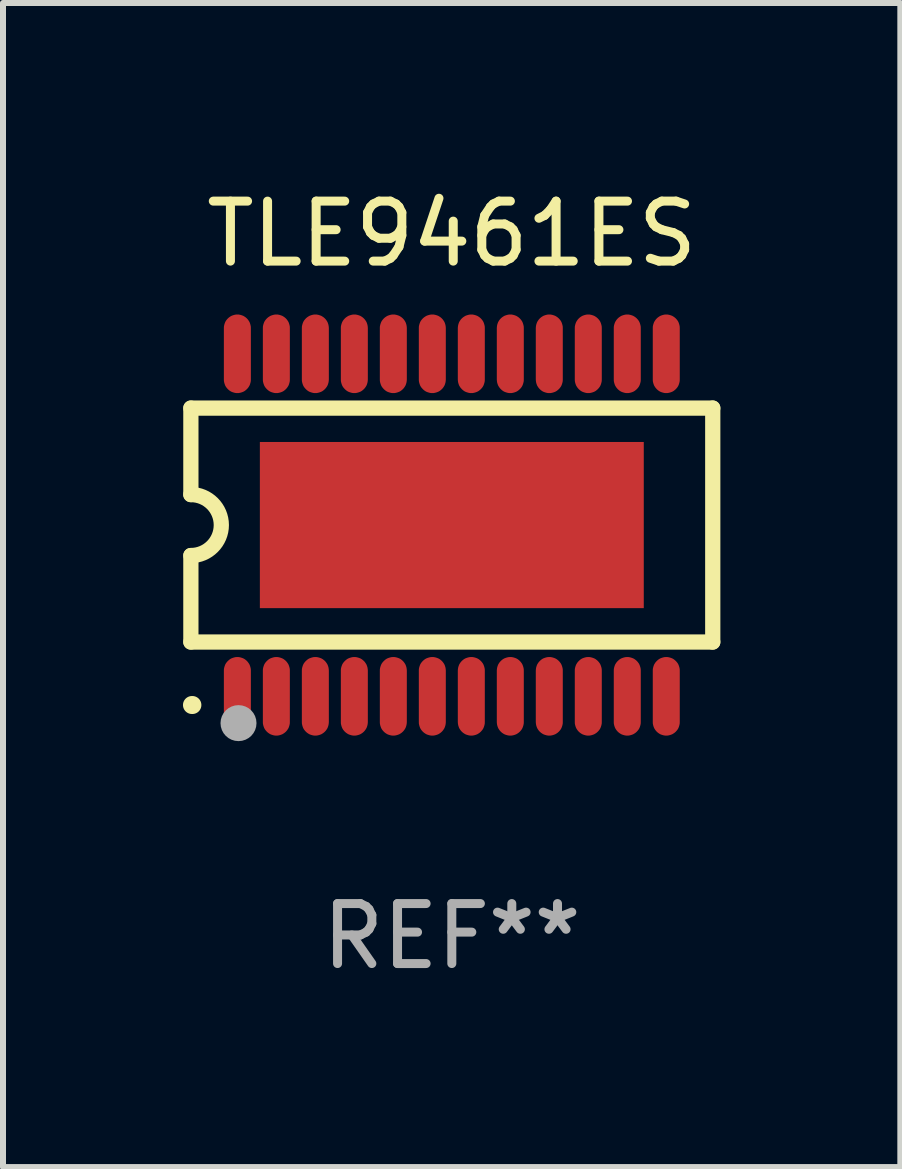
<source format=kicad_pcb>
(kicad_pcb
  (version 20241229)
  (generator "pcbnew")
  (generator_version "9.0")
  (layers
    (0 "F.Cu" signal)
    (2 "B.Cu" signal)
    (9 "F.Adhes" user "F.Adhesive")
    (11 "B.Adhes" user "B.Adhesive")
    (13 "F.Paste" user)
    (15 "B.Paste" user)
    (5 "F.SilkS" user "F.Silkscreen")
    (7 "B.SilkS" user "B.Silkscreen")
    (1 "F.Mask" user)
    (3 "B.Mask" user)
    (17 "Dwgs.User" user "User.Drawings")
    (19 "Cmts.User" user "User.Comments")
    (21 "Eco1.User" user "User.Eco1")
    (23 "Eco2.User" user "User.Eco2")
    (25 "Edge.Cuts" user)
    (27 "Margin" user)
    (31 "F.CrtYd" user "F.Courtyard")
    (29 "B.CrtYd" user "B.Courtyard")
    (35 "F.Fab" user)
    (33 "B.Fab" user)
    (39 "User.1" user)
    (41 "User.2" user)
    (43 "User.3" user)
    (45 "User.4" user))
  (footprint "TLE9461ES"
    (layer "F.Cu")
    (at 4.482 5.703)
    (property "Reference" "TLE9461ES" (at 0 -4.855 0) (layer "F.SilkS") (effects (font (size 1 1) (thickness 0.15))))
    (attr through_hole)
    (fp_line (start -4.35 -1.95) (end -4.35 -0.508) (stroke (width 0.254) (type solid)) (layer "F.SilkS"))
    (fp_line (start -4.35 -1.95) (end 4.35 -1.95) (stroke (width 0.254) (type solid)) (layer "F.SilkS"))
    (fp_line (start -4.35 1.95) (end -4.35 0.508) (stroke (width 0.254) (type solid)) (layer "F.SilkS"))
    (fp_line (start -4.35 1.95) (end 4.35 1.95) (stroke (width 0.254) (type solid)) (layer "F.SilkS"))
    (fp_line (start 4.35 -1.95) (end 4.35 1.95) (stroke (width 0.254) (type solid)) (layer "F.SilkS"))
    (fp_arc (start -4.351028 -0.508) (mid -3.843028 -0.000507) (end -4.350013 0.508001) (stroke (width 0.254001) (type solid)) (layer "F.SilkS"))
    (fp_arc (start -4.331656 2.999858) (mid -4.328332 2.999895) (end -4.325009 3.000005) (stroke (width 0.3) (type solid)) (layer "F.SilkS"))
    (fp_circle (center -4.325 3) (end -4.295 3) (stroke (width 0.06) (type solid)) (fill no) (layer "F.SilkS"))
    (fp_circle (center -3.556 3.302) (end -3.406 3.302) (stroke (width 0.3) (type solid)) (fill no) (layer "F.Fab"))
    (fp_text user "REF**" (at 0 6.855 0) (layer "F.Fab") (effects (font (size 1 1) (thickness 0.15))))
    (pad "1" smd custom (at -3.575 2.855 180) (size 0.45 1.31) (layers "F.Cu" "F.Mask" "F.Paste") (options (anchor circle)) (primitives (gr_poly (pts (xy -0.225 -0.43) (xy -0.224 -0.455) (xy -0.219 -0.48) (xy -0.212 -0.504) (xy -0.203 -0.528) (xy -0.19 -0.55) (xy -0.176 -0.57) (xy -0.159 -0.589) (xy -0.14 -0.606) (xy -0.12 -0.62) (xy -0.098 -0.633) (xy -0.074 -0.642) (xy -0.05 -0.649) (xy -0.025 -0.654) (xy 0.000051 -0.655) (xy 0.025 -0.654) (xy 0.05 -0.649) (xy 0.074 -0.642) (xy 0.098 -0.633) (xy 0.12 -0.62) (xy 0.14 -0.606) (xy 0.159 -0.589) (xy 0.176 -0.57) (xy 0.191 -0.55) (xy 0.203 -0.528) (xy 0.212 -0.504) (xy 0.219 -0.48) (xy 0.224 -0.455) (xy 0.225 -0.43) (xy 0.225 0.43) (xy 0.224 0.455) (xy 0.219 0.48) (xy 0.212 0.504) (xy 0.203 0.528) (xy 0.191 0.55) (xy 0.176 0.57) (xy 0.159 0.589) (xy 0.14 0.606) (xy 0.12 0.621) (xy 0.098 0.633) (xy 0.074 0.642) (xy 0.05 0.649) (xy 0.025 0.654) (xy 0.000051 0.655) (xy -0.025 0.654) (xy -0.05 0.649) (xy -0.074 0.642) (xy -0.098 0.633) (xy -0.12 0.621) (xy -0.14 0.606) (xy -0.159 0.589) (xy -0.176 0.57) (xy -0.19 0.55) (xy -0.203 0.528) (xy -0.212 0.504) (xy -0.219 0.48) (xy -0.224 0.455) (xy -0.225 0.43)) (width 0) (fill yes))))
    (pad "2" smd custom (at -2.925 2.855 180) (size 0.45 1.31) (layers "F.Cu" "F.Mask" "F.Paste") (options (anchor circle)) (primitives (gr_poly (pts (xy -0.225 -0.43) (xy -0.224 -0.455) (xy -0.219 -0.48) (xy -0.212 -0.504) (xy -0.203 -0.528) (xy -0.19 -0.55) (xy -0.176 -0.57) (xy -0.159 -0.589) (xy -0.14 -0.606) (xy -0.12 -0.62) (xy -0.098 -0.633) (xy -0.074 -0.642) (xy -0.05 -0.649) (xy -0.025 -0.654) (xy 0.000076 -0.655) (xy 0.025 -0.654) (xy 0.05 -0.649) (xy 0.074 -0.642) (xy 0.098 -0.633) (xy 0.12 -0.62) (xy 0.14 -0.606) (xy 0.159 -0.589) (xy 0.176 -0.57) (xy 0.191 -0.55) (xy 0.203 -0.528) (xy 0.212 -0.504) (xy 0.219 -0.48) (xy 0.224 -0.455) (xy 0.225 -0.43) (xy 0.225 0.43) (xy 0.224 0.455) (xy 0.219 0.48) (xy 0.212 0.504) (xy 0.203 0.528) (xy 0.191 0.55) (xy 0.176 0.57) (xy 0.159 0.589) (xy 0.14 0.606) (xy 0.12 0.621) (xy 0.098 0.633) (xy 0.074 0.642) (xy 0.05 0.649) (xy 0.025 0.654) (xy 0.000076 0.655) (xy -0.025 0.654) (xy -0.05 0.649) (xy -0.074 0.642) (xy -0.098 0.633) (xy -0.12 0.621) (xy -0.14 0.606) (xy -0.159 0.589) (xy -0.176 0.57) (xy -0.19 0.55) (xy -0.203 0.528) (xy -0.212 0.504) (xy -0.219 0.48) (xy -0.224 0.455) (xy -0.225 0.43)) (width 0) (fill yes))))
    (pad "3" smd custom (at -2.275 2.855 180) (size 0.45 1.31) (layers "F.Cu" "F.Mask" "F.Paste") (options (anchor circle)) (primitives (gr_poly (pts (xy -0.225 -0.43) (xy -0.223 -0.455) (xy -0.219 -0.48) (xy -0.212 -0.504) (xy -0.203 -0.528) (xy -0.19 -0.55) (xy -0.176 -0.57) (xy -0.159 -0.589) (xy -0.14 -0.606) (xy -0.12 -0.62) (xy -0.098 -0.633) (xy -0.074 -0.642) (xy -0.05 -0.649) (xy -0.025 -0.654) (xy 0.000076 -0.655) (xy 0.025 -0.654) (xy 0.05 -0.649) (xy 0.074 -0.642) (xy 0.098 -0.633) (xy 0.12 -0.62) (xy 0.14 -0.606) (xy 0.159 -0.589) (xy 0.176 -0.57) (xy 0.191 -0.55) (xy 0.203 -0.528) (xy 0.212 -0.504) (xy 0.219 -0.48) (xy 0.224 -0.455) (xy 0.225 -0.43) (xy 0.225 0.43) (xy 0.224 0.455) (xy 0.219 0.48) (xy 0.212 0.504) (xy 0.203 0.528) (xy 0.191 0.55) (xy 0.176 0.57) (xy 0.159 0.589) (xy 0.14 0.606) (xy 0.12 0.621) (xy 0.098 0.633) (xy 0.074 0.642) (xy 0.05 0.649) (xy 0.025 0.654) (xy 0.000076 0.655) (xy -0.025 0.654) (xy -0.05 0.649) (xy -0.074 0.642) (xy -0.098 0.633) (xy -0.12 0.621) (xy -0.14 0.606) (xy -0.159 0.589) (xy -0.176 0.57) (xy -0.19 0.55) (xy -0.203 0.528) (xy -0.212 0.504) (xy -0.219 0.48) (xy -0.223 0.455) (xy -0.225 0.43)) (width 0) (fill yes))))
    (pad "4" smd custom (at -1.625 2.855 180) (size 0.45 1.31) (layers "F.Cu" "F.Mask" "F.Paste") (options (anchor circle)) (primitives (gr_poly (pts (xy -0.225 -0.43) (xy -0.223 -0.455) (xy -0.219 -0.48) (xy -0.212 -0.504) (xy -0.203 -0.528) (xy -0.19 -0.55) (xy -0.176 -0.57) (xy -0.159 -0.589) (xy -0.14 -0.606) (xy -0.12 -0.62) (xy -0.098 -0.633) (xy -0.074 -0.642) (xy -0.05 -0.649) (xy -0.025 -0.654) (xy 0.000102 -0.655) (xy 0.025 -0.654) (xy 0.05 -0.649) (xy 0.074 -0.642) (xy 0.098 -0.633) (xy 0.12 -0.62) (xy 0.14 -0.606) (xy 0.159 -0.589) (xy 0.176 -0.57) (xy 0.191 -0.55) (xy 0.203 -0.528) (xy 0.212 -0.504) (xy 0.219 -0.48) (xy 0.224 -0.455) (xy 0.225 -0.43) (xy 0.225 0.43) (xy 0.224 0.455) (xy 0.219 0.48) (xy 0.212 0.504) (xy 0.203 0.528) (xy 0.191 0.55) (xy 0.176 0.57) (xy 0.159 0.589) (xy 0.14 0.606) (xy 0.12 0.621) (xy 0.098 0.633) (xy 0.074 0.642) (xy 0.05 0.649) (xy 0.025 0.654) (xy 0.000102 0.655) (xy -0.025 0.654) (xy -0.05 0.649) (xy -0.074 0.642) (xy -0.098 0.633) (xy -0.12 0.621) (xy -0.14 0.606) (xy -0.159 0.589) (xy -0.176 0.57) (xy -0.19 0.55) (xy -0.203 0.528) (xy -0.212 0.504) (xy -0.219 0.48) (xy -0.223 0.455) (xy -0.225 0.43)) (width 0) (fill yes))))
    (pad "5" smd custom (at -0.975 2.855 180) (size 0.45 1.31) (layers "F.Cu" "F.Mask" "F.Paste") (options (anchor circle)) (primitives (gr_poly (pts (xy -0.225 -0.43) (xy -0.223 -0.455) (xy -0.219 -0.48) (xy -0.212 -0.504) (xy -0.203 -0.528) (xy -0.19 -0.55) (xy -0.176 -0.57) (xy -0.159 -0.589) (xy -0.14 -0.606) (xy -0.12 -0.62) (xy -0.098 -0.633) (xy -0.074 -0.642) (xy -0.05 -0.649) (xy -0.025 -0.654) (xy 0.000102 -0.655) (xy 0.025 -0.654) (xy 0.05 -0.649) (xy 0.074 -0.642) (xy 0.098 -0.633) (xy 0.12 -0.62) (xy 0.14 -0.606) (xy 0.159 -0.589) (xy 0.176 -0.57) (xy 0.191 -0.55) (xy 0.203 -0.528) (xy 0.212 -0.504) (xy 0.219 -0.48) (xy 0.224 -0.455) (xy 0.225 -0.43) (xy 0.225 0.43) (xy 0.224 0.455) (xy 0.219 0.48) (xy 0.212 0.504) (xy 0.203 0.528) (xy 0.191 0.55) (xy 0.176 0.57) (xy 0.159 0.589) (xy 0.14 0.606) (xy 0.12 0.621) (xy 0.098 0.633) (xy 0.074 0.642) (xy 0.05 0.649) (xy 0.025 0.654) (xy 0.000102 0.655) (xy -0.025 0.654) (xy -0.05 0.649) (xy -0.074 0.642) (xy -0.098 0.633) (xy -0.12 0.621) (xy -0.14 0.606) (xy -0.159 0.589) (xy -0.176 0.57) (xy -0.19 0.55) (xy -0.203 0.528) (xy -0.212 0.504) (xy -0.219 0.48) (xy -0.223 0.455) (xy -0.225 0.43)) (width 0) (fill yes))))
    (pad "6" smd custom (at -0.325 2.855 180) (size 0.45 1.31) (layers "F.Cu" "F.Mask" "F.Paste") (options (anchor circle)) (primitives (gr_poly (pts (xy -0.225 -0.43) (xy -0.223 -0.455) (xy -0.219 -0.48) (xy -0.212 -0.504) (xy -0.203 -0.528) (xy -0.19 -0.55) (xy -0.176 -0.57) (xy -0.159 -0.589) (xy -0.14 -0.606) (xy -0.12 -0.62) (xy -0.098 -0.633) (xy -0.074 -0.642) (xy -0.05 -0.649) (xy -0.025 -0.654) (xy 0.000127 -0.655) (xy 0.025 -0.654) (xy 0.05 -0.649) (xy 0.074 -0.642) (xy 0.098 -0.633) (xy 0.12 -0.62) (xy 0.14 -0.606) (xy 0.159 -0.589) (xy 0.176 -0.57) (xy 0.191 -0.55) (xy 0.203 -0.528) (xy 0.212 -0.504) (xy 0.219 -0.48) (xy 0.224 -0.455) (xy 0.225 -0.43) (xy 0.225 0.43) (xy 0.224 0.455) (xy 0.219 0.48) (xy 0.212 0.504) (xy 0.203 0.528) (xy 0.191 0.55) (xy 0.176 0.57) (xy 0.159 0.589) (xy 0.14 0.606) (xy 0.12 0.621) (xy 0.098 0.633) (xy 0.074 0.642) (xy 0.05 0.649) (xy 0.025 0.654) (xy 0.000127 0.655) (xy -0.025 0.654) (xy -0.05 0.649) (xy -0.074 0.642) (xy -0.098 0.633) (xy -0.12 0.621) (xy -0.14 0.606) (xy -0.159 0.589) (xy -0.176 0.57) (xy -0.19 0.55) (xy -0.203 0.528) (xy -0.212 0.504) (xy -0.219 0.48) (xy -0.223 0.455) (xy -0.225 0.43)) (width 0) (fill yes))))
    (pad "7" smd custom (at 0.325 2.855 180) (size 0.45 1.31) (layers "F.Cu" "F.Mask" "F.Paste") (options (anchor circle)) (primitives (gr_poly (pts (xy -0.225 -0.43) (xy -0.224 -0.455) (xy -0.219 -0.48) (xy -0.212 -0.504) (xy -0.203 -0.528) (xy -0.191 -0.55) (xy -0.176 -0.57) (xy -0.159 -0.589) (xy -0.14 -0.606) (xy -0.12 -0.62) (xy -0.098 -0.633) (xy -0.074 -0.642) (xy -0.05 -0.649) (xy -0.025 -0.654) (xy -0.000127 -0.655) (xy 0.025 -0.654) (xy 0.05 -0.649) (xy 0.074 -0.642) (xy 0.098 -0.633) (xy 0.12 -0.62) (xy 0.14 -0.606) (xy 0.159 -0.589) (xy 0.176 -0.57) (xy 0.19 -0.55) (xy 0.203 -0.528) (xy 0.212 -0.504) (xy 0.219 -0.48) (xy 0.223 -0.455) (xy 0.225 -0.43) (xy 0.225 0.43) (xy 0.223 0.455) (xy 0.219 0.48) (xy 0.212 0.504) (xy 0.203 0.528) (xy 0.19 0.55) (xy 0.176 0.57) (xy 0.159 0.589) (xy 0.14 0.606) (xy 0.12 0.621) (xy 0.098 0.633) (xy 0.074 0.642) (xy 0.05 0.649) (xy 0.025 0.654) (xy -0.000127 0.655) (xy -0.025 0.654) (xy -0.05 0.649) (xy -0.074 0.642) (xy -0.098 0.633) (xy -0.12 0.621) (xy -0.14 0.606) (xy -0.159 0.589) (xy -0.176 0.57) (xy -0.191 0.55) (xy -0.203 0.528) (xy -0.212 0.504) (xy -0.219 0.48) (xy -0.224 0.455) (xy -0.225 0.43)) (width 0) (fill yes))))
    (pad "8" smd custom (at 0.975 2.855 180) (size 0.45 1.31) (layers "F.Cu" "F.Mask" "F.Paste") (options (anchor circle)) (primitives (gr_poly (pts (xy -0.225 -0.43) (xy -0.224 -0.455) (xy -0.219 -0.48) (xy -0.212 -0.504) (xy -0.203 -0.528) (xy -0.191 -0.55) (xy -0.176 -0.57) (xy -0.159 -0.589) (xy -0.14 -0.606) (xy -0.12 -0.62) (xy -0.098 -0.633) (xy -0.074 -0.642) (xy -0.05 -0.649) (xy -0.025 -0.654) (xy -0.000102 -0.655) (xy 0.025 -0.654) (xy 0.05 -0.649) (xy 0.074 -0.642) (xy 0.098 -0.633) (xy 0.12 -0.62) (xy 0.14 -0.606) (xy 0.159 -0.589) (xy 0.176 -0.57) (xy 0.19 -0.55) (xy 0.203 -0.528) (xy 0.212 -0.504) (xy 0.219 -0.48) (xy 0.223 -0.455) (xy 0.225 -0.43) (xy 0.225 0.43) (xy 0.223 0.455) (xy 0.219 0.48) (xy 0.212 0.504) (xy 0.203 0.528) (xy 0.19 0.55) (xy 0.176 0.57) (xy 0.159 0.589) (xy 0.14 0.606) (xy 0.12 0.621) (xy 0.098 0.633) (xy 0.074 0.642) (xy 0.05 0.649) (xy 0.025 0.654) (xy -0.000102 0.655) (xy -0.025 0.654) (xy -0.05 0.649) (xy -0.074 0.642) (xy -0.098 0.633) (xy -0.12 0.621) (xy -0.14 0.606) (xy -0.159 0.589) (xy -0.176 0.57) (xy -0.191 0.55) (xy -0.203 0.528) (xy -0.212 0.504) (xy -0.219 0.48) (xy -0.224 0.455) (xy -0.225 0.43)) (width 0) (fill yes))))
    (pad "9" smd custom (at 1.625 2.855 180) (size 0.45 1.31) (layers "F.Cu" "F.Mask" "F.Paste") (options (anchor circle)) (primitives (gr_poly (pts (xy -0.225 -0.43) (xy -0.224 -0.455) (xy -0.219 -0.48) (xy -0.212 -0.504) (xy -0.203 -0.528) (xy -0.191 -0.55) (xy -0.176 -0.57) (xy -0.159 -0.589) (xy -0.14 -0.606) (xy -0.12 -0.62) (xy -0.098 -0.633) (xy -0.074 -0.642) (xy -0.05 -0.649) (xy -0.025 -0.654) (xy -0.000102 -0.655) (xy 0.025 -0.654) (xy 0.05 -0.649) (xy 0.074 -0.642) (xy 0.098 -0.633) (xy 0.12 -0.62) (xy 0.14 -0.606) (xy 0.159 -0.589) (xy 0.176 -0.57) (xy 0.19 -0.55) (xy 0.203 -0.528) (xy 0.212 -0.504) (xy 0.219 -0.48) (xy 0.223 -0.455) (xy 0.225 -0.43) (xy 0.225 0.43) (xy 0.223 0.455) (xy 0.219 0.48) (xy 0.212 0.504) (xy 0.203 0.528) (xy 0.19 0.55) (xy 0.176 0.57) (xy 0.159 0.589) (xy 0.14 0.606) (xy 0.12 0.621) (xy 0.098 0.633) (xy 0.074 0.642) (xy 0.05 0.649) (xy 0.025 0.654) (xy -0.000102 0.655) (xy -0.025 0.654) (xy -0.05 0.649) (xy -0.074 0.642) (xy -0.098 0.633) (xy -0.12 0.621) (xy -0.14 0.606) (xy -0.159 0.589) (xy -0.176 0.57) (xy -0.191 0.55) (xy -0.203 0.528) (xy -0.212 0.504) (xy -0.219 0.48) (xy -0.224 0.455) (xy -0.225 0.43)) (width 0) (fill yes))))
    (pad "10" smd custom (at 2.275 2.855 180) (size 0.45 1.31) (layers "F.Cu" "F.Mask" "F.Paste") (options (anchor circle)) (primitives (gr_poly (pts (xy -0.225 -0.43) (xy -0.224 -0.455) (xy -0.219 -0.48) (xy -0.212 -0.504) (xy -0.203 -0.528) (xy -0.191 -0.55) (xy -0.176 -0.57) (xy -0.159 -0.589) (xy -0.14 -0.606) (xy -0.12 -0.62) (xy -0.098 -0.633) (xy -0.074 -0.642) (xy -0.05 -0.649) (xy -0.025 -0.654) (xy -0.000076 -0.655) (xy 0.025 -0.654) (xy 0.05 -0.649) (xy 0.074 -0.642) (xy 0.098 -0.633) (xy 0.12 -0.62) (xy 0.14 -0.606) (xy 0.159 -0.589) (xy 0.176 -0.57) (xy 0.19 -0.55) (xy 0.203 -0.528) (xy 0.212 -0.504) (xy 0.219 -0.48) (xy 0.224 -0.455) (xy 0.225 -0.43) (xy 0.225 0.43) (xy 0.224 0.455) (xy 0.219 0.48) (xy 0.212 0.504) (xy 0.203 0.528) (xy 0.19 0.55) (xy 0.176 0.57) (xy 0.159 0.589) (xy 0.14 0.606) (xy 0.12 0.621) (xy 0.098 0.633) (xy 0.074 0.642) (xy 0.05 0.649) (xy 0.025 0.654) (xy -0.000076 0.655) (xy -0.025 0.654) (xy -0.05 0.649) (xy -0.074 0.642) (xy -0.098 0.633) (xy -0.12 0.621) (xy -0.14 0.606) (xy -0.159 0.589) (xy -0.176 0.57) (xy -0.191 0.55) (xy -0.203 0.528) (xy -0.212 0.504) (xy -0.219 0.48) (xy -0.224 0.455) (xy -0.225 0.43)) (width 0) (fill yes))))
    (pad "11" smd custom (at 2.925 2.855 180) (size 0.45 1.31) (layers "F.Cu" "F.Mask" "F.Paste") (options (anchor circle)) (primitives (gr_poly (pts (xy -0.225 -0.43) (xy -0.224 -0.455) (xy -0.219 -0.48) (xy -0.212 -0.504) (xy -0.203 -0.528) (xy -0.191 -0.55) (xy -0.176 -0.57) (xy -0.159 -0.589) (xy -0.14 -0.606) (xy -0.12 -0.62) (xy -0.098 -0.633) (xy -0.074 -0.642) (xy -0.05 -0.649) (xy -0.025 -0.654) (xy -0.000051 -0.655) (xy 0.025 -0.654) (xy 0.05 -0.649) (xy 0.074 -0.642) (xy 0.098 -0.633) (xy 0.12 -0.62) (xy 0.14 -0.606) (xy 0.159 -0.589) (xy 0.176 -0.57) (xy 0.19 -0.55) (xy 0.203 -0.528) (xy 0.212 -0.504) (xy 0.219 -0.48) (xy 0.224 -0.455) (xy 0.225 -0.43) (xy 0.225 0.43) (xy 0.224 0.455) (xy 0.219 0.48) (xy 0.212 0.504) (xy 0.203 0.528) (xy 0.19 0.55) (xy 0.176 0.57) (xy 0.159 0.589) (xy 0.14 0.606) (xy 0.12 0.621) (xy 0.098 0.633) (xy 0.074 0.642) (xy 0.05 0.649) (xy 0.025 0.654) (xy -0.000051 0.655) (xy -0.025 0.654) (xy -0.05 0.649) (xy -0.074 0.642) (xy -0.098 0.633) (xy -0.12 0.621) (xy -0.14 0.606) (xy -0.159 0.589) (xy -0.176 0.57) (xy -0.191 0.55) (xy -0.203 0.528) (xy -0.212 0.504) (xy -0.219 0.48) (xy -0.224 0.455) (xy -0.225 0.43)) (width 0) (fill yes))))
    (pad "12" smd custom (at 3.575 2.855 180) (size 0.45 1.31) (layers "F.Cu" "F.Mask" "F.Paste") (options (anchor circle)) (primitives (gr_poly (pts (xy -0.225 -0.43) (xy -0.224 -0.455) (xy -0.219 -0.48) (xy -0.212 -0.504) (xy -0.203 -0.528) (xy -0.191 -0.55) (xy -0.176 -0.57) (xy -0.159 -0.589) (xy -0.14 -0.606) (xy -0.12 -0.62) (xy -0.098 -0.633) (xy -0.074 -0.642) (xy -0.05 -0.649) (xy -0.025 -0.654) (xy -0.000051 -0.655) (xy 0.025 -0.654) (xy 0.05 -0.649) (xy 0.074 -0.642) (xy 0.098 -0.633) (xy 0.12 -0.62) (xy 0.14 -0.606) (xy 0.159 -0.589) (xy 0.176 -0.57) (xy 0.19 -0.55) (xy 0.203 -0.528) (xy 0.212 -0.504) (xy 0.219 -0.48) (xy 0.224 -0.455) (xy 0.225 -0.43) (xy 0.225 0.43) (xy 0.224 0.455) (xy 0.219 0.48) (xy 0.212 0.504) (xy 0.203 0.528) (xy 0.19 0.55) (xy 0.176 0.57) (xy 0.159 0.589) (xy 0.14 0.606) (xy 0.12 0.621) (xy 0.098 0.633) (xy 0.074 0.642) (xy 0.05 0.649) (xy 0.025 0.654) (xy -0.000051 0.655) (xy -0.025 0.654) (xy -0.05 0.649) (xy -0.074 0.642) (xy -0.098 0.633) (xy -0.12 0.621) (xy -0.14 0.606) (xy -0.159 0.589) (xy -0.176 0.57) (xy -0.191 0.55) (xy -0.203 0.528) (xy -0.212 0.504) (xy -0.219 0.48) (xy -0.224 0.455) (xy -0.225 0.43)) (width 0) (fill yes))))
    (pad "13" smd custom (at 3.575 -2.855 180) (size 0.45 1.31) (layers "F.Cu" "F.Mask" "F.Paste") (options (anchor circle)) (primitives (gr_poly (pts (xy -0.225 -0.43) (xy -0.224 -0.455) (xy -0.219 -0.48) (xy -0.212 -0.504) (xy -0.203 -0.528) (xy -0.191 -0.55) (xy -0.176 -0.57) (xy -0.159 -0.589) (xy -0.14 -0.606) (xy -0.12 -0.621) (xy -0.098 -0.633) (xy -0.074 -0.642) (xy -0.05 -0.649) (xy -0.025 -0.654) (xy -0.000051 -0.655) (xy 0.025 -0.654) (xy 0.05 -0.649) (xy 0.074 -0.642) (xy 0.098 -0.633) (xy 0.12 -0.621) (xy 0.14 -0.606) (xy 0.159 -0.589) (xy 0.176 -0.57) (xy 0.19 -0.55) (xy 0.203 -0.528) (xy 0.212 -0.504) (xy 0.219 -0.48) (xy 0.224 -0.455) (xy 0.225 -0.43) (xy 0.225 0.43) (xy 0.224 0.455) (xy 0.219 0.48) (xy 0.212 0.504) (xy 0.203 0.528) (xy 0.19 0.55) (xy 0.176 0.57) (xy 0.159 0.589) (xy 0.14 0.606) (xy 0.12 0.62) (xy 0.098 0.633) (xy 0.074 0.642) (xy 0.05 0.649) (xy 0.025 0.654) (xy -0.000051 0.655) (xy -0.025 0.654) (xy -0.05 0.649) (xy -0.074 0.642) (xy -0.098 0.633) (xy -0.12 0.62) (xy -0.14 0.606) (xy -0.159 0.589) (xy -0.176 0.57) (xy -0.191 0.55) (xy -0.203 0.528) (xy -0.212 0.504) (xy -0.219 0.48) (xy -0.224 0.455) (xy -0.225 0.43)) (width 0) (fill yes))))
    (pad "14" smd custom (at 2.925 -2.855 180) (size 0.45 1.31) (layers "F.Cu" "F.Mask" "F.Paste") (options (anchor circle)) (primitives (gr_poly (pts (xy -0.225 -0.43) (xy -0.224 -0.455) (xy -0.219 -0.48) (xy -0.212 -0.504) (xy -0.203 -0.528) (xy -0.191 -0.55) (xy -0.176 -0.57) (xy -0.159 -0.589) (xy -0.14 -0.606) (xy -0.12 -0.621) (xy -0.098 -0.633) (xy -0.074 -0.642) (xy -0.05 -0.649) (xy -0.025 -0.654) (xy -0.000051 -0.655) (xy 0.025 -0.654) (xy 0.05 -0.649) (xy 0.074 -0.642) (xy 0.098 -0.633) (xy 0.12 -0.621) (xy 0.14 -0.606) (xy 0.159 -0.589) (xy 0.176 -0.57) (xy 0.19 -0.55) (xy 0.203 -0.528) (xy 0.212 -0.504) (xy 0.219 -0.48) (xy 0.224 -0.455) (xy 0.225 -0.43) (xy 0.225 0.43) (xy 0.224 0.455) (xy 0.219 0.48) (xy 0.212 0.504) (xy 0.203 0.528) (xy 0.19 0.55) (xy 0.176 0.57) (xy 0.159 0.589) (xy 0.14 0.606) (xy 0.12 0.62) (xy 0.098 0.633) (xy 0.074 0.642) (xy 0.05 0.649) (xy 0.025 0.654) (xy -0.000051 0.655) (xy -0.025 0.654) (xy -0.05 0.649) (xy -0.074 0.642) (xy -0.098 0.633) (xy -0.12 0.62) (xy -0.14 0.606) (xy -0.159 0.589) (xy -0.176 0.57) (xy -0.191 0.55) (xy -0.203 0.528) (xy -0.212 0.504) (xy -0.219 0.48) (xy -0.224 0.455) (xy -0.225 0.43)) (width 0) (fill yes))))
    (pad "15" smd custom (at 2.275 -2.855 180) (size 0.45 1.31) (layers "F.Cu" "F.Mask" "F.Paste") (options (anchor circle)) (primitives (gr_poly (pts (xy -0.225 -0.43) (xy -0.224 -0.455) (xy -0.219 -0.48) (xy -0.212 -0.504) (xy -0.203 -0.528) (xy -0.191 -0.55) (xy -0.176 -0.57) (xy -0.159 -0.589) (xy -0.14 -0.606) (xy -0.12 -0.621) (xy -0.098 -0.633) (xy -0.074 -0.642) (xy -0.05 -0.649) (xy -0.025 -0.654) (xy -0.000076 -0.655) (xy 0.025 -0.654) (xy 0.05 -0.649) (xy 0.074 -0.642) (xy 0.098 -0.633) (xy 0.12 -0.621) (xy 0.14 -0.606) (xy 0.159 -0.589) (xy 0.176 -0.57) (xy 0.19 -0.55) (xy 0.203 -0.528) (xy 0.212 -0.504) (xy 0.219 -0.48) (xy 0.224 -0.455) (xy 0.225 -0.43) (xy 0.225 0.43) (xy 0.224 0.455) (xy 0.219 0.48) (xy 0.212 0.504) (xy 0.203 0.528) (xy 0.19 0.55) (xy 0.176 0.57) (xy 0.159 0.589) (xy 0.14 0.606) (xy 0.12 0.62) (xy 0.098 0.633) (xy 0.074 0.642) (xy 0.05 0.649) (xy 0.025 0.654) (xy -0.000076 0.655) (xy -0.025 0.654) (xy -0.05 0.649) (xy -0.074 0.642) (xy -0.098 0.633) (xy -0.12 0.62) (xy -0.14 0.606) (xy -0.159 0.589) (xy -0.176 0.57) (xy -0.191 0.55) (xy -0.203 0.528) (xy -0.212 0.504) (xy -0.219 0.48) (xy -0.224 0.455) (xy -0.225 0.43)) (width 0) (fill yes))))
    (pad "16" smd custom (at 1.625 -2.855 180) (size 0.45 1.31) (layers "F.Cu" "F.Mask" "F.Paste") (options (anchor circle)) (primitives (gr_poly (pts (xy -0.225 -0.43) (xy -0.224 -0.455) (xy -0.219 -0.48) (xy -0.212 -0.504) (xy -0.203 -0.528) (xy -0.191 -0.55) (xy -0.176 -0.57) (xy -0.159 -0.589) (xy -0.14 -0.606) (xy -0.12 -0.621) (xy -0.098 -0.633) (xy -0.074 -0.642) (xy -0.05 -0.649) (xy -0.025 -0.654) (xy -0.000102 -0.655) (xy 0.025 -0.654) (xy 0.05 -0.649) (xy 0.074 -0.642) (xy 0.098 -0.633) (xy 0.12 -0.621) (xy 0.14 -0.606) (xy 0.159 -0.589) (xy 0.176 -0.57) (xy 0.19 -0.55) (xy 0.203 -0.528) (xy 0.212 -0.504) (xy 0.219 -0.48) (xy 0.223 -0.455) (xy 0.225 -0.43) (xy 0.225 0.43) (xy 0.223 0.455) (xy 0.219 0.48) (xy 0.212 0.504) (xy 0.203 0.528) (xy 0.19 0.55) (xy 0.176 0.57) (xy 0.159 0.589) (xy 0.14 0.606) (xy 0.12 0.62) (xy 0.098 0.633) (xy 0.074 0.642) (xy 0.05 0.649) (xy 0.025 0.654) (xy -0.000102 0.655) (xy -0.025 0.654) (xy -0.05 0.649) (xy -0.074 0.642) (xy -0.098 0.633) (xy -0.12 0.62) (xy -0.14 0.606) (xy -0.159 0.589) (xy -0.176 0.57) (xy -0.191 0.55) (xy -0.203 0.528) (xy -0.212 0.504) (xy -0.219 0.48) (xy -0.224 0.455) (xy -0.225 0.43)) (width 0) (fill yes))))
    (pad "17" smd custom (at 0.975 -2.855 180) (size 0.45 1.31) (layers "F.Cu" "F.Mask" "F.Paste") (options (anchor circle)) (primitives (gr_poly (pts (xy -0.225 -0.43) (xy -0.224 -0.455) (xy -0.219 -0.48) (xy -0.212 -0.504) (xy -0.203 -0.528) (xy -0.191 -0.55) (xy -0.176 -0.57) (xy -0.159 -0.589) (xy -0.14 -0.606) (xy -0.12 -0.621) (xy -0.098 -0.633) (xy -0.074 -0.642) (xy -0.05 -0.649) (xy -0.025 -0.654) (xy -0.000102 -0.655) (xy 0.025 -0.654) (xy 0.05 -0.649) (xy 0.074 -0.642) (xy 0.098 -0.633) (xy 0.12 -0.621) (xy 0.14 -0.606) (xy 0.159 -0.589) (xy 0.176 -0.57) (xy 0.19 -0.55) (xy 0.203 -0.528) (xy 0.212 -0.504) (xy 0.219 -0.48) (xy 0.223 -0.455) (xy 0.225 -0.43) (xy 0.225 0.43) (xy 0.223 0.455) (xy 0.219 0.48) (xy 0.212 0.504) (xy 0.203 0.528) (xy 0.19 0.55) (xy 0.176 0.57) (xy 0.159 0.589) (xy 0.14 0.606) (xy 0.12 0.62) (xy 0.098 0.633) (xy 0.074 0.642) (xy 0.05 0.649) (xy 0.025 0.654) (xy -0.000102 0.655) (xy -0.025 0.654) (xy -0.05 0.649) (xy -0.074 0.642) (xy -0.098 0.633) (xy -0.12 0.62) (xy -0.14 0.606) (xy -0.159 0.589) (xy -0.176 0.57) (xy -0.191 0.55) (xy -0.203 0.528) (xy -0.212 0.504) (xy -0.219 0.48) (xy -0.224 0.455) (xy -0.225 0.43)) (width 0) (fill yes))))
    (pad "18" smd custom (at 0.325 -2.855 180) (size 0.45 1.31) (layers "F.Cu" "F.Mask" "F.Paste") (options (anchor circle)) (primitives (gr_poly (pts (xy -0.225 -0.43) (xy -0.224 -0.455) (xy -0.219 -0.48) (xy -0.212 -0.504) (xy -0.203 -0.528) (xy -0.191 -0.55) (xy -0.176 -0.57) (xy -0.159 -0.589) (xy -0.14 -0.606) (xy -0.12 -0.621) (xy -0.098 -0.633) (xy -0.074 -0.642) (xy -0.05 -0.649) (xy -0.025 -0.654) (xy -0.000127 -0.655) (xy 0.025 -0.654) (xy 0.05 -0.649) (xy 0.074 -0.642) (xy 0.098 -0.633) (xy 0.12 -0.621) (xy 0.14 -0.606) (xy 0.159 -0.589) (xy 0.176 -0.57) (xy 0.19 -0.55) (xy 0.203 -0.528) (xy 0.212 -0.504) (xy 0.219 -0.48) (xy 0.223 -0.455) (xy 0.225 -0.43) (xy 0.225 0.43) (xy 0.223 0.455) (xy 0.219 0.48) (xy 0.212 0.504) (xy 0.203 0.528) (xy 0.19 0.55) (xy 0.176 0.57) (xy 0.159 0.589) (xy 0.14 0.606) (xy 0.12 0.62) (xy 0.098 0.633) (xy 0.074 0.642) (xy 0.05 0.649) (xy 0.025 0.654) (xy -0.000127 0.655) (xy -0.025 0.654) (xy -0.05 0.649) (xy -0.074 0.642) (xy -0.098 0.633) (xy -0.12 0.62) (xy -0.14 0.606) (xy -0.159 0.589) (xy -0.176 0.57) (xy -0.191 0.55) (xy -0.203 0.528) (xy -0.212 0.504) (xy -0.219 0.48) (xy -0.224 0.455) (xy -0.225 0.43)) (width 0) (fill yes))))
    (pad "19" smd custom (at -0.325 -2.855 180) (size 0.45 1.31) (layers "F.Cu" "F.Mask" "F.Paste") (options (anchor circle)) (primitives (gr_poly (pts (xy -0.225 -0.43) (xy -0.223 -0.455) (xy -0.219 -0.48) (xy -0.212 -0.504) (xy -0.203 -0.528) (xy -0.19 -0.55) (xy -0.176 -0.57) (xy -0.159 -0.589) (xy -0.14 -0.606) (xy -0.12 -0.621) (xy -0.098 -0.633) (xy -0.074 -0.642) (xy -0.05 -0.649) (xy -0.025 -0.654) (xy 0.000127 -0.655) (xy 0.025 -0.654) (xy 0.05 -0.649) (xy 0.074 -0.642) (xy 0.098 -0.633) (xy 0.12 -0.621) (xy 0.14 -0.606) (xy 0.159 -0.589) (xy 0.176 -0.57) (xy 0.191 -0.55) (xy 0.203 -0.528) (xy 0.212 -0.504) (xy 0.219 -0.48) (xy 0.224 -0.455) (xy 0.225 -0.43) (xy 0.225 0.43) (xy 0.224 0.455) (xy 0.219 0.48) (xy 0.212 0.504) (xy 0.203 0.528) (xy 0.191 0.55) (xy 0.176 0.57) (xy 0.159 0.589) (xy 0.14 0.606) (xy 0.12 0.62) (xy 0.098 0.633) (xy 0.074 0.642) (xy 0.05 0.649) (xy 0.025 0.654) (xy 0.000127 0.655) (xy -0.025 0.654) (xy -0.05 0.649) (xy -0.074 0.642) (xy -0.098 0.633) (xy -0.12 0.62) (xy -0.14 0.606) (xy -0.159 0.589) (xy -0.176 0.57) (xy -0.19 0.55) (xy -0.203 0.528) (xy -0.212 0.504) (xy -0.219 0.48) (xy -0.223 0.455) (xy -0.225 0.43)) (width 0) (fill yes))))
    (pad "20" smd custom (at -0.975 -2.855 180) (size 0.45 1.31) (layers "F.Cu" "F.Mask" "F.Paste") (options (anchor circle)) (primitives (gr_poly (pts (xy -0.225 -0.43) (xy -0.223 -0.455) (xy -0.219 -0.48) (xy -0.212 -0.504) (xy -0.203 -0.528) (xy -0.19 -0.55) (xy -0.176 -0.57) (xy -0.159 -0.589) (xy -0.14 -0.606) (xy -0.12 -0.621) (xy -0.098 -0.633) (xy -0.074 -0.642) (xy -0.05 -0.649) (xy -0.025 -0.654) (xy 0.000102 -0.655) (xy 0.025 -0.654) (xy 0.05 -0.649) (xy 0.074 -0.642) (xy 0.098 -0.633) (xy 0.12 -0.621) (xy 0.14 -0.606) (xy 0.159 -0.589) (xy 0.176 -0.57) (xy 0.191 -0.55) (xy 0.203 -0.528) (xy 0.212 -0.504) (xy 0.219 -0.48) (xy 0.224 -0.455) (xy 0.225 -0.43) (xy 0.225 0.43) (xy 0.224 0.455) (xy 0.219 0.48) (xy 0.212 0.504) (xy 0.203 0.528) (xy 0.191 0.55) (xy 0.176 0.57) (xy 0.159 0.589) (xy 0.14 0.606) (xy 0.12 0.62) (xy 0.098 0.633) (xy 0.074 0.642) (xy 0.05 0.649) (xy 0.025 0.654) (xy 0.000102 0.655) (xy -0.025 0.654) (xy -0.05 0.649) (xy -0.074 0.642) (xy -0.098 0.633) (xy -0.12 0.62) (xy -0.14 0.606) (xy -0.159 0.589) (xy -0.176 0.57) (xy -0.19 0.55) (xy -0.203 0.528) (xy -0.212 0.504) (xy -0.219 0.48) (xy -0.223 0.455) (xy -0.225 0.43)) (width 0) (fill yes))))
    (pad "21" smd custom (at -1.625 -2.855 180) (size 0.45 1.31) (layers "F.Cu" "F.Mask" "F.Paste") (options (anchor circle)) (primitives (gr_poly (pts (xy -0.225 -0.43) (xy -0.223 -0.455) (xy -0.219 -0.48) (xy -0.212 -0.504) (xy -0.203 -0.528) (xy -0.19 -0.55) (xy -0.176 -0.57) (xy -0.159 -0.589) (xy -0.14 -0.606) (xy -0.12 -0.621) (xy -0.098 -0.633) (xy -0.074 -0.642) (xy -0.05 -0.649) (xy -0.025 -0.654) (xy 0.000102 -0.655) (xy 0.025 -0.654) (xy 0.05 -0.649) (xy 0.074 -0.642) (xy 0.098 -0.633) (xy 0.12 -0.621) (xy 0.14 -0.606) (xy 0.159 -0.589) (xy 0.176 -0.57) (xy 0.191 -0.55) (xy 0.203 -0.528) (xy 0.212 -0.504) (xy 0.219 -0.48) (xy 0.224 -0.455) (xy 0.225 -0.43) (xy 0.225 0.43) (xy 0.224 0.455) (xy 0.219 0.48) (xy 0.212 0.504) (xy 0.203 0.528) (xy 0.191 0.55) (xy 0.176 0.57) (xy 0.159 0.589) (xy 0.14 0.606) (xy 0.12 0.62) (xy 0.098 0.633) (xy 0.074 0.642) (xy 0.05 0.649) (xy 0.025 0.654) (xy 0.000102 0.655) (xy -0.025 0.654) (xy -0.05 0.649) (xy -0.074 0.642) (xy -0.098 0.633) (xy -0.12 0.62) (xy -0.14 0.606) (xy -0.159 0.589) (xy -0.176 0.57) (xy -0.19 0.55) (xy -0.203 0.528) (xy -0.212 0.504) (xy -0.219 0.48) (xy -0.223 0.455) (xy -0.225 0.43)) (width 0) (fill yes))))
    (pad "22" smd custom (at -2.275 -2.855 180) (size 0.45 1.31) (layers "F.Cu" "F.Mask" "F.Paste") (options (anchor circle)) (primitives (gr_poly (pts (xy -0.225 -0.43) (xy -0.223 -0.455) (xy -0.219 -0.48) (xy -0.212 -0.504) (xy -0.203 -0.528) (xy -0.19 -0.55) (xy -0.176 -0.57) (xy -0.159 -0.589) (xy -0.14 -0.606) (xy -0.12 -0.621) (xy -0.098 -0.633) (xy -0.074 -0.642) (xy -0.05 -0.649) (xy -0.025 -0.654) (xy 0.000076 -0.655) (xy 0.025 -0.654) (xy 0.05 -0.649) (xy 0.074 -0.642) (xy 0.098 -0.633) (xy 0.12 -0.621) (xy 0.14 -0.606) (xy 0.159 -0.589) (xy 0.176 -0.57) (xy 0.191 -0.55) (xy 0.203 -0.528) (xy 0.212 -0.504) (xy 0.219 -0.48) (xy 0.224 -0.455) (xy 0.225 -0.43) (xy 0.225 0.43) (xy 0.224 0.455) (xy 0.219 0.48) (xy 0.212 0.504) (xy 0.203 0.528) (xy 0.191 0.55) (xy 0.176 0.57) (xy 0.159 0.589) (xy 0.14 0.606) (xy 0.12 0.62) (xy 0.098 0.633) (xy 0.074 0.642) (xy 0.05 0.649) (xy 0.025 0.654) (xy 0.000076 0.655) (xy -0.025 0.654) (xy -0.05 0.649) (xy -0.074 0.642) (xy -0.098 0.633) (xy -0.12 0.62) (xy -0.14 0.606) (xy -0.159 0.589) (xy -0.176 0.57) (xy -0.19 0.55) (xy -0.203 0.528) (xy -0.212 0.504) (xy -0.219 0.48) (xy -0.223 0.455) (xy -0.225 0.43)) (width 0) (fill yes))))
    (pad "23" smd custom (at -2.925 -2.855 180) (size 0.45 1.31) (layers "F.Cu" "F.Mask" "F.Paste") (options (anchor circle)) (primitives (gr_poly (pts (xy -0.225 -0.43) (xy -0.224 -0.455) (xy -0.219 -0.48) (xy -0.212 -0.504) (xy -0.203 -0.528) (xy -0.19 -0.55) (xy -0.176 -0.57) (xy -0.159 -0.589) (xy -0.14 -0.606) (xy -0.12 -0.621) (xy -0.098 -0.633) (xy -0.074 -0.642) (xy -0.05 -0.649) (xy -0.025 -0.654) (xy 0.000076 -0.655) (xy 0.025 -0.654) (xy 0.05 -0.649) (xy 0.074 -0.642) (xy 0.098 -0.633) (xy 0.12 -0.621) (xy 0.14 -0.606) (xy 0.159 -0.589) (xy 0.176 -0.57) (xy 0.191 -0.55) (xy 0.203 -0.528) (xy 0.212 -0.504) (xy 0.219 -0.48) (xy 0.224 -0.455) (xy 0.225 -0.43) (xy 0.225 0.43) (xy 0.224 0.455) (xy 0.219 0.48) (xy 0.212 0.504) (xy 0.203 0.528) (xy 0.191 0.55) (xy 0.176 0.57) (xy 0.159 0.589) (xy 0.14 0.606) (xy 0.12 0.62) (xy 0.098 0.633) (xy 0.074 0.642) (xy 0.05 0.649) (xy 0.025 0.654) (xy 0.000076 0.655) (xy -0.025 0.654) (xy -0.05 0.649) (xy -0.074 0.642) (xy -0.098 0.633) (xy -0.12 0.62) (xy -0.14 0.606) (xy -0.159 0.589) (xy -0.176 0.57) (xy -0.19 0.55) (xy -0.203 0.528) (xy -0.212 0.504) (xy -0.219 0.48) (xy -0.224 0.455) (xy -0.225 0.43)) (width 0) (fill yes))))
    (pad "24" smd custom (at -3.575 -2.855 180) (size 0.45 1.31) (layers "F.Cu" "F.Mask" "F.Paste") (options (anchor circle)) (primitives (gr_poly (pts (xy -0.225 -0.43) (xy -0.224 -0.455) (xy -0.219 -0.48) (xy -0.212 -0.504) (xy -0.203 -0.528) (xy -0.19 -0.55) (xy -0.176 -0.57) (xy -0.159 -0.589) (xy -0.14 -0.606) (xy -0.12 -0.621) (xy -0.098 -0.633) (xy -0.074 -0.642) (xy -0.05 -0.649) (xy -0.025 -0.654) (xy 0.000051 -0.655) (xy 0.025 -0.654) (xy 0.05 -0.649) (xy 0.074 -0.642) (xy 0.098 -0.633) (xy 0.12 -0.621) (xy 0.14 -0.606) (xy 0.159 -0.589) (xy 0.176 -0.57) (xy 0.191 -0.55) (xy 0.203 -0.528) (xy 0.212 -0.504) (xy 0.219 -0.48) (xy 0.224 -0.455) (xy 0.225 -0.43) (xy 0.225 0.43) (xy 0.224 0.455) (xy 0.219 0.48) (xy 0.212 0.504) (xy 0.203 0.528) (xy 0.191 0.55) (xy 0.176 0.57) (xy 0.159 0.589) (xy 0.14 0.606) (xy 0.12 0.62) (xy 0.098 0.633) (xy 0.074 0.642) (xy 0.05 0.649) (xy 0.025 0.654) (xy 0.000051 0.655) (xy -0.025 0.654) (xy -0.05 0.649) (xy -0.074 0.642) (xy -0.098 0.633) (xy -0.12 0.62) (xy -0.14 0.606) (xy -0.159 0.589) (xy -0.176 0.57) (xy -0.19 0.55) (xy -0.203 0.528) (xy -0.212 0.504) (xy -0.219 0.48) (xy -0.224 0.455) (xy -0.225 0.43)) (width 0) (fill yes))))
    (pad "25" smd rect (at 0 0) (size 6.4 2.77) (layers "F.Cu" "F.Mask" "F.Paste")))
  (gr_rect
    (start -3 -3)
    (end 11.959 16.406)
    (stroke (width 0.1) (type default))
    (fill no)
    (layer "Edge.Cuts")))
</source>
